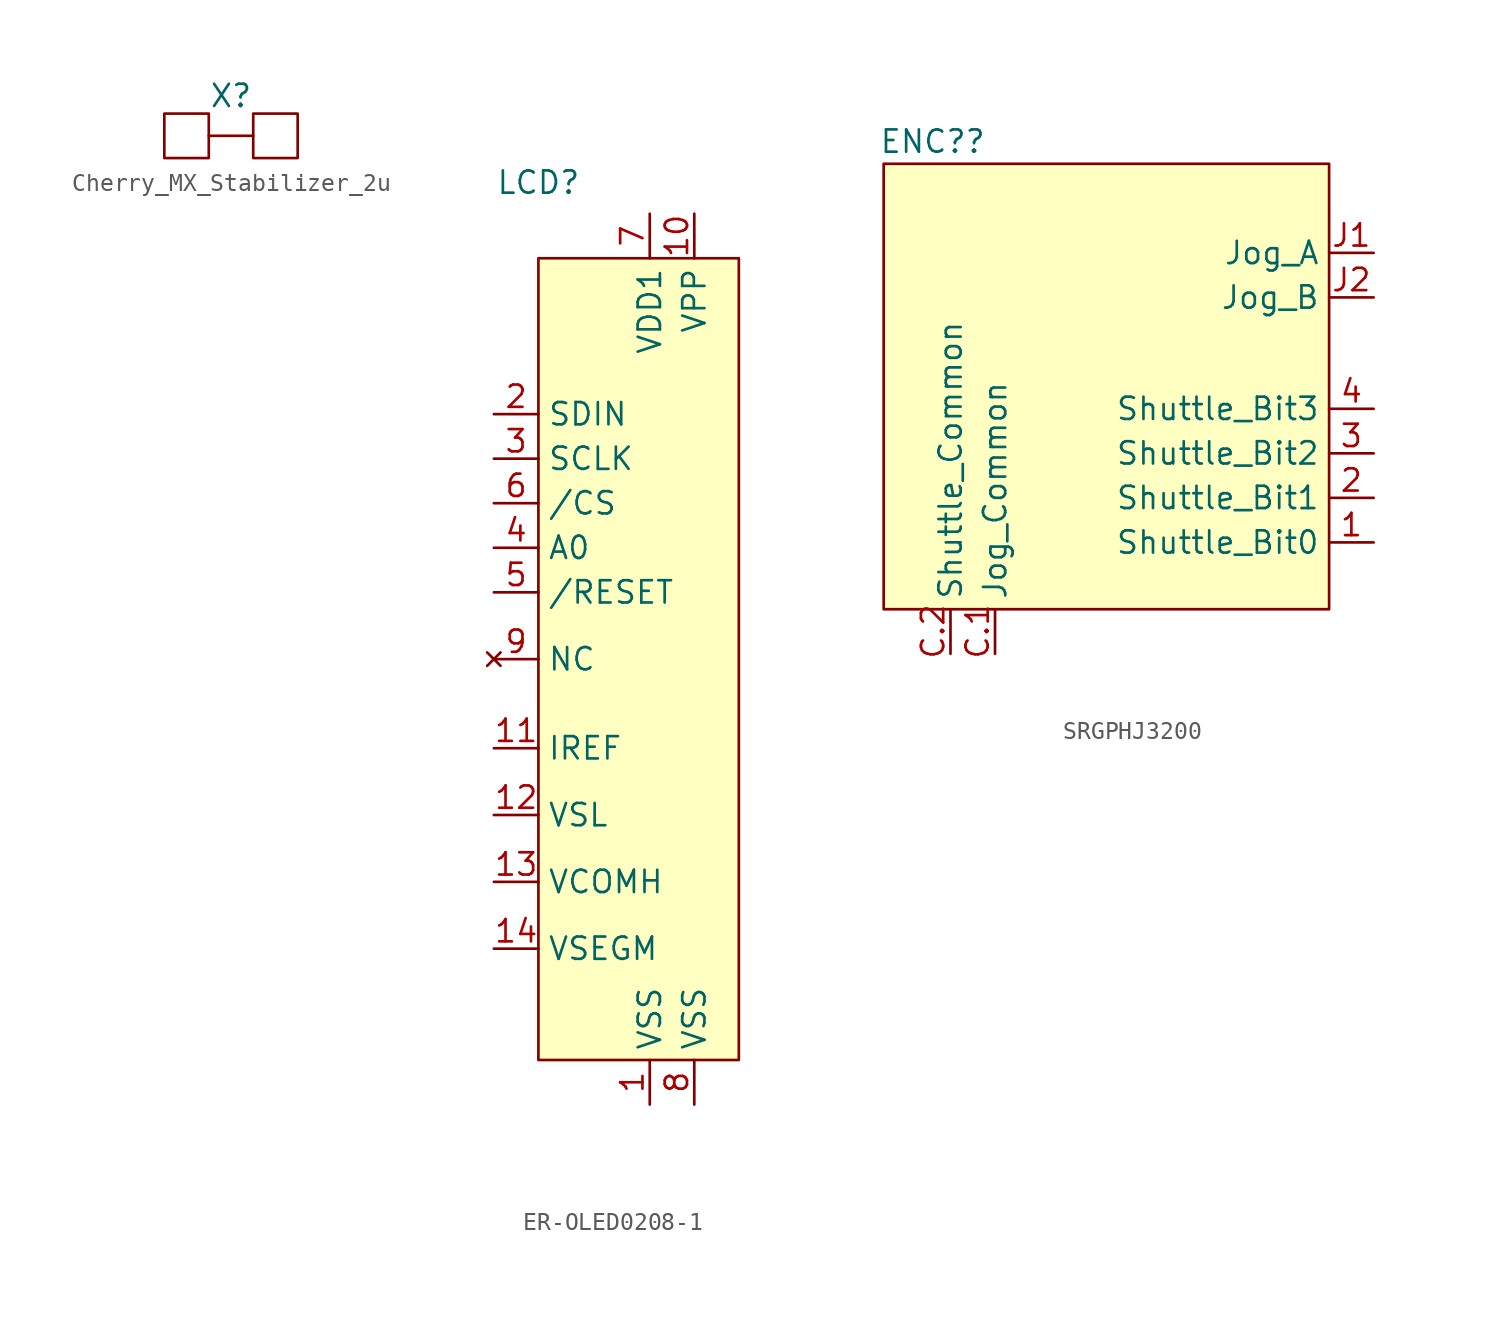
<source format=kicad_sym>
(kicad_symbol_lib
  (version 20241209)
  (generator "kicad_symbol_editor")
  (generator_version "9.0")
  (symbol "Cherry_MX_Stabilizer_2u"
    (property "Reference" "X"
      (at 0 2.286 0)
      (effects (font (size 1.27 1.27))))
    (property "Value" ""
      (at 0 0 0)
      (effects (font (size 1.27 1.27))))
    (symbol "Cherry_MX_Stabilizer_2u_0_1"
      (rectangle (start -1.27 1.27) (end -3.81 -1.27) (stroke (width 0) (type default)) (fill (type none)))
      (polyline (pts (xy -1.27 0) (xy 1.27 0)) (stroke (width 0) (type default)) (fill (type none)))
      (rectangle (start 1.27 1.27) (end 3.81 -1.27) (stroke (width 0) (type default)) (fill (type none)))))
  (symbol "ER-OLED0208-1"
    (property "Reference" "LCD"
      (at 0 4.318 0)
      (effects (font (size 1.27 1.27))))
    (property "Value" ""
      (at 0 0 0)
      (effects (font (size 1.27 1.27))))
    (symbol "ER-OLED0208-1_1_1"
      (rectangle (start 0 0) (end 11.43 -45.72) (stroke (width 0) (type solid)) (fill (type background)))
      (pin input line (at -2.54 -8.89 0) (length 2.54) (name "SDIN" (effects (font (size 1.27 1.27)))) (number "2" (effects (font (size 1.27 1.27)))))
      (pin input line (at -2.54 -11.43 0) (length 2.54) (name "SCLK" (effects (font (size 1.27 1.27)))) (number "3" (effects (font (size 1.27 1.27)))))
      (pin input line (at -2.54 -13.97 0) (length 2.54) (name "/CS" (effects (font (size 1.27 1.27)))) (number "6" (effects (font (size 1.27 1.27)))))
      (pin input line (at -2.54 -16.51 0) (length 2.54) (name "A0" (effects (font (size 1.27 1.27)))) (number "4" (effects (font (size 1.27 1.27)))))
      (pin input line (at -2.54 -19.05 0) (length 2.54) (name "/RESET" (effects (font (size 1.27 1.27)))) (number "5" (effects (font (size 1.27 1.27)))))
      (pin no_connect line (at -2.54 -22.86 0) (length 2.54) (name "NC" (effects (font (size 1.27 1.27)))) (number "9" (effects (font (size 1.27 1.27)))))
      (pin passive line (at -2.54 -27.94 0) (length 2.54) (name "IREF" (effects (font (size 1.27 1.27)))) (number "11" (effects (font (size 1.27 1.27)))))
      (pin passive line (at -2.54 -31.75 0) (length 2.54) (name "VSL" (effects (font (size 1.27 1.27)))) (number "12" (effects (font (size 1.27 1.27)))))
      (pin power_out line (at -2.54 -35.56 0) (length 2.54) (name "VCOMH" (effects (font (size 1.27 1.27)))) (number "13" (effects (font (size 1.27 1.27)))))
      (pin power_out line (at -2.54 -39.37 0) (length 2.54) (name "VSEGM" (effects (font (size 1.27 1.27)))) (number "14" (effects (font (size 1.27 1.27)))))
      (pin power_in line (at 6.35 2.54 270) (length 2.54) (name "VDD1" (effects (font (size 1.27 1.27)))) (number "7" (effects (font (size 1.27 1.27)))))
      (pin power_in line (at 6.35 -48.26 90) (length 2.54) (name "VSS" (effects (font (size 1.27 1.27)))) (number "1" (effects (font (size 1.27 1.27)))))
      (pin power_in line (at 8.89 2.54 270) (length 2.54) (name "VPP" (effects (font (size 1.27 1.27)))) (number "10" (effects (font (size 1.27 1.27)))))
      (pin power_in line (at 8.89 -48.26 90) (length 2.54) (name "VSS" (effects (font (size 1.27 1.27)))) (number "8" (effects (font (size 1.27 1.27)))))))
  (symbol "SRGPHJ3200"
    (property "Reference" "ENC?"
      (at -22.606 26.67 0)
      (effects (font (size 1.27 1.27))))
    (property "Value" ""
      (at 0 0 0)
      (effects (font (size 1.27 1.27))))
    (symbol "SRGPHJ3200_0_0"
      (pin passive line (at 2.54 20.32 180) (length 2.54) (name "Jog_A" (effects (font (size 1.27 1.27)))) (number "J1" (effects (font (size 1.27 1.27)))))
      (pin passive line (at 2.54 17.78 180) (length 2.54) (name "Jog_B" (effects (font (size 1.27 1.27)))) (number "J2" (effects (font (size 1.27 1.27)))))
      (pin passive line (at 2.54 11.43 180) (length 2.54) (name "Shuttle_Bit3" (effects (font (size 1.27 1.27)))) (number "4" (effects (font (size 1.27 1.27)))))
      (pin passive line (at 2.54 8.89 180) (length 2.54) (name "Shuttle_Bit2" (effects (font (size 1.27 1.27)))) (number "3" (effects (font (size 1.27 1.27)))))
      (pin passive line (at 2.54 6.35 180) (length 2.54) (name "Shuttle_Bit1" (effects (font (size 1.27 1.27)))) (number "2" (effects (font (size 1.27 1.27)))))
      (pin passive line (at 2.54 3.81 180) (length 2.54) (name "Shuttle_Bit0" (effects (font (size 1.27 1.27)))) (number "1" (effects (font (size 1.27 1.27))))))
    (symbol "SRGPHJ3200_1_0"
      (pin passive line (at -21.59 -2.54 90) (length 2.54) (name "Shuttle_Common" (effects (font (size 1.27 1.27)))) (number "C.2" (effects (font (size 1.27 1.27)))))
      (pin passive line (at -19.05 -2.54 90) (length 2.54) (name "Jog_Common" (effects (font (size 1.27 1.27)))) (number "C.1" (effects (font (size 1.27 1.27))))))
    (symbol "SRGPHJ3200_1_1"
      (rectangle (start -25.4 25.4) (end 0 0) (stroke (width 0) (type solid)) (fill (type background))))))
</source>
